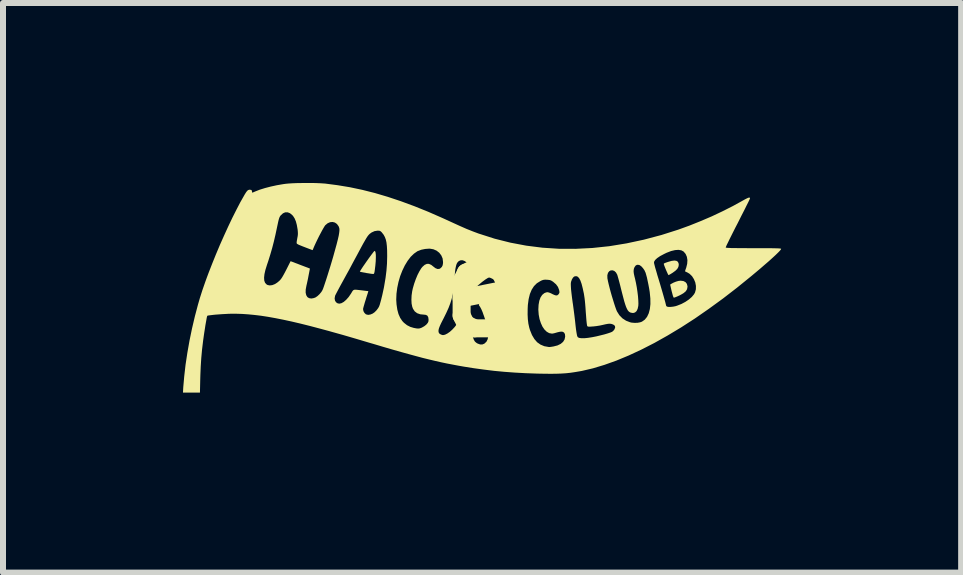
<source format=kicad_pcb>
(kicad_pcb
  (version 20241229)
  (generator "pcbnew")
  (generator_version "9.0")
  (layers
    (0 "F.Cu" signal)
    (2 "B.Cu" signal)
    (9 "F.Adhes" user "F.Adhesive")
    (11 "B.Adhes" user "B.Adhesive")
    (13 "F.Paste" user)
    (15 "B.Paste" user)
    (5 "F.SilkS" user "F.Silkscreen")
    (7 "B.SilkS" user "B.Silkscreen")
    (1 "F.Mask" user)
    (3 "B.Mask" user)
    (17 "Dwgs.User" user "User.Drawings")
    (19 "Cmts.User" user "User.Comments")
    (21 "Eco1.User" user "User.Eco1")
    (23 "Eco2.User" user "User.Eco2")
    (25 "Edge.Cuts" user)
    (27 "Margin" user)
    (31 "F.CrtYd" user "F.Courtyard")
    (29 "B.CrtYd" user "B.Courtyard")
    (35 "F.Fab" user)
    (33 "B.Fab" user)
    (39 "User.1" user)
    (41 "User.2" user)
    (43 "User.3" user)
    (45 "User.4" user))
  (footprint "e"
    (layer "F.Cu")
    (at 5.002 1.745)
    (property "Reference" "e" (at 0 0 0) (layer "F.SilkS") (effects (font (size 1.5 1.5) (thickness 0.3))))
    (attr board_only exclude_from_pos_files exclude_from_bom)
    (fp_poly (pts (xy 3.34 -0.11) (xy 3.375 -0.092) (xy 3.398 -0.063) (xy 3.408 -0.024) (xy 3.408 -0.012) (xy 3.401 0.026) (xy 3.38 0.06) (xy 3.343 0.091) (xy 3.337 0.095) (xy 3.31 0.111) (xy 3.278 0.128) (xy 3.244 0.144) (xy 3.213 0.157) (xy 3.19 0.165) (xy 3.18 0.167) (xy 3.174 0.159) (xy 3.165 0.136) (xy 3.155 0.099) (xy 3.144 0.058) (xy 3.119 -0.051) (xy 3.139 -0.064) (xy 3.174 -0.083) (xy 3.216 -0.1) (xy 3.258 -0.112) (xy 3.293 -0.116) (xy 3.294 -0.116)) (stroke (width 0) (type solid)) (fill yes) (layer "F.SilkS"))
    (fp_poly (pts (xy 3.224 -0.447) (xy 3.248 -0.431) (xy 3.26 -0.404) (xy 3.263 -0.38) (xy 3.256 -0.345) (xy 3.237 -0.311) (xy 3.202 -0.278) (xy 3.154 -0.244) (xy 3.127 -0.227) (xy 3.105 -0.215) (xy 3.093 -0.209) (xy 3.092 -0.208) (xy 3.087 -0.216) (xy 3.077 -0.235) (xy 3.064 -0.264) (xy 3.048 -0.3) (xy 3.048 -0.301) (xy 3.033 -0.337) (xy 3.021 -0.368) (xy 3.014 -0.39) (xy 3.013 -0.4) (xy 3.013 -0.4) (xy 3.022 -0.406) (xy 3.043 -0.415) (xy 3.072 -0.425) (xy 3.084 -0.429) (xy 3.143 -0.446) (xy 3.19 -0.452)) (stroke (width 0) (type solid)) (fill yes) (layer "F.SilkS"))
    (fp_poly (pts (xy -1.798 -0.605) (xy -1.791 -0.582) (xy -1.787 -0.545) (xy -1.787 -0.497) (xy -1.789 -0.438) (xy -1.795 -0.37) (xy -1.803 -0.304) (xy -1.808 -0.268) (xy -1.813 -0.246) (xy -1.818 -0.233) (xy -1.825 -0.229) (xy -1.829 -0.228) (xy -1.844 -0.229) (xy -1.871 -0.232) (xy -1.906 -0.238) (xy -1.947 -0.244) (xy -1.947 -0.245) (xy -1.986 -0.252) (xy -2.019 -0.258) (xy -2.042 -0.263) (xy -2.052 -0.267) (xy -2.053 -0.267) (xy -2.05 -0.275) (xy -2.038 -0.294) (xy -2.02 -0.322) (xy -1.997 -0.357) (xy -1.969 -0.397) (xy -1.94 -0.439) (xy -1.911 -0.48) (xy -1.882 -0.52) (xy -1.856 -0.555) (xy -1.834 -0.584) (xy -1.818 -0.604) (xy -1.809 -0.612) (xy -1.808 -0.613)) (stroke (width 0) (type solid)) (fill yes) (layer "F.SilkS"))
    (fp_poly (pts (xy -2.854 -1.745) (xy -2.777 -1.743) (xy -2.707 -1.74) (xy -2.648 -1.736) (xy -2.633 -1.735) (xy -2.426 -1.708) (xy -2.22 -1.674) (xy -2.012 -1.63) (xy -1.802 -1.577) (xy -1.589 -1.514) (xy -1.37 -1.441) (xy -1.145 -1.358) (xy -0.912 -1.264) (xy -0.67 -1.158) (xy -0.517 -1.088) (xy -0.39 -1.03) (xy -0.274 -0.979) (xy -0.166 -0.936) (xy -0.064 -0.898) (xy -0.062 -0.898) (xy 0.194 -0.816) (xy 0.456 -0.75) (xy 0.721 -0.7) (xy 0.99 -0.666) (xy 1.264 -0.648) (xy 1.541 -0.647) (xy 1.821 -0.661) (xy 2.105 -0.691) (xy 2.392 -0.738) (xy 2.682 -0.8) (xy 2.975 -0.878) (xy 3.255 -0.967) (xy 3.44 -1.034) (xy 3.627 -1.109) (xy 3.814 -1.189) (xy 3.994 -1.274) (xy 4.166 -1.361) (xy 4.304 -1.437) (xy 4.354 -1.465) (xy 4.392 -1.485) (xy 4.418 -1.497) (xy 4.436 -1.502) (xy 4.446 -1.5) (xy 4.45 -1.492) (xy 4.45 -1.488) (xy 4.446 -1.478) (xy 4.436 -1.455) (xy 4.419 -1.42) (xy 4.396 -1.375) (xy 4.369 -1.32) (xy 4.337 -1.257) (xy 4.302 -1.189) (xy 4.265 -1.115) (xy 4.246 -1.077) (xy 4.207 -1.002) (xy 4.171 -0.931) (xy 4.138 -0.865) (xy 4.109 -0.807) (xy 4.085 -0.757) (xy 4.065 -0.717) (xy 4.052 -0.688) (xy 4.046 -0.672) (xy 4.045 -0.669) (xy 4.049 -0.667) (xy 4.06 -0.665) (xy 4.078 -0.663) (xy 4.105 -0.662) (xy 4.142 -0.66) (xy 4.19 -0.66) (xy 4.25 -0.659) (xy 4.324 -0.659) (xy 4.412 -0.658) (xy 4.507 -0.658) (xy 4.609 -0.658) (xy 4.694 -0.658) (xy 4.766 -0.658) (xy 4.825 -0.657) (xy 4.871 -0.656) (xy 4.907 -0.655) (xy 4.934 -0.654) (xy 4.952 -0.652) (xy 4.963 -0.65) (xy 4.969 -0.648) (xy 4.969 -0.647) (xy 4.965 -0.636) (xy 4.948 -0.615) (xy 4.919 -0.585) (xy 4.879 -0.546) (xy 4.827 -0.498) (xy 4.765 -0.442) (xy 4.692 -0.379) (xy 4.61 -0.308) (xy 4.518 -0.231) (xy 4.475 -0.195) (xy 4.236 -0.001) (xy 3.999 0.182) (xy 3.764 0.353) (xy 3.532 0.514) (xy 3.303 0.662) (xy 3.077 0.798) (xy 2.856 0.922) (xy 2.639 1.033) (xy 2.428 1.131) (xy 2.223 1.216) (xy 2.024 1.287) (xy 1.832 1.345) (xy 1.648 1.388) (xy 1.608 1.395) (xy 1.531 1.408) (xy 1.457 1.419) (xy 1.382 1.427) (xy 1.304 1.432) (xy 1.221 1.435) (xy 1.129 1.436) (xy 1.026 1.435) (xy 0.909 1.433) (xy 0.908 1.433) (xy 0.713 1.426) (xy 0.53 1.416) (xy 0.355 1.403) (xy 0.185 1.387) (xy 0.015 1.366) (xy -0.16 1.342) (xy -0.317 1.317) (xy -0.414 1.3) (xy -0.509 1.282) (xy -0.603 1.264) (xy -0.698 1.244) (xy -0.795 1.222) (xy -0.896 1.198) (xy -1.002 1.172) (xy -1.114 1.142) (xy -1.235 1.109) (xy -1.365 1.073) (xy -1.506 1.033) (xy -1.66 0.988) (xy -1.827 0.938) (xy -1.9 0.917) (xy -2.125 0.85) (xy -2.334 0.789) (xy -2.531 0.734) (xy -2.562 0.725) (xy -0.743 0.725) (xy -0.739 0.746) (xy -0.736 0.754) (xy -0.724 0.769) (xy -0.701 0.782) (xy -0.676 0.79) (xy -0.665 0.791) (xy -0.633 0.784) (xy -0.595 0.765) (xy -0.553 0.736) (xy -0.512 0.699) (xy -0.472 0.656) (xy -0.445 0.62) (xy -0.43 0.594) (xy -0.411 0.558) (xy -0.391 0.516) (xy -0.375 0.477) (xy -0.336 0.379) (xy -0.297 0.375) (xy -0.274 0.372) (xy -0.26 0.371) (xy -0.258 0.371) (xy -0.257 0.379) (xy -0.252 0.401) (xy -0.245 0.435) (xy -0.237 0.477) (xy -0.226 0.525) (xy -0.225 0.533) (xy -0.213 0.589) (xy -0.202 0.646) (xy -0.192 0.699) (xy -0.184 0.745) (xy -0.179 0.773) (xy -0.168 0.828) (xy -0.153 0.869) (xy -0.135 0.899) (xy -0.109 0.921) (xy -0.09 0.932) (xy -0.048 0.947) (xy -0.011 0.947) (xy 0.023 0.933) (xy 0.025 0.931) (xy 0.057 0.901) (xy 0.077 0.86) (xy 0.087 0.809) (xy 0.086 0.746) (xy 0.074 0.67) (xy 0.06 0.616) (xy 0.038 0.54) (xy 0.015 0.471) (xy 0.006 0.447) (xy 0.743 0.447) (xy 0.747 0.528) (xy 0.756 0.601) (xy 0.771 0.669) (xy 0.783 0.708) (xy 0.816 0.79) (xy 0.856 0.857) (xy 0.902 0.91) (xy 0.957 0.949) (xy 1.021 0.976) (xy 1.094 0.989) (xy 1.104 0.99) (xy 1.116 0.989) (xy 1.139 0.986) (xy 1.17 0.981) (xy 1.176 0.98) (xy 1.242 0.963) (xy 1.295 0.937) (xy 1.334 0.904) (xy 1.359 0.864) (xy 1.369 0.817) (xy 1.369 0.812) (xy 1.365 0.774) (xy 1.35 0.748) (xy 1.326 0.735) (xy 1.305 0.733) (xy 1.277 0.736) (xy 1.242 0.744) (xy 1.221 0.75) (xy 1.19 0.759) (xy 1.162 0.765) (xy 1.147 0.766) (xy 1.103 0.758) (xy 1.062 0.735) (xy 1.024 0.698) (xy 0.991 0.65) (xy 0.964 0.591) (xy 0.942 0.524) (xy 0.928 0.45) (xy 0.922 0.37) (xy 0.922 0.362) (xy 0.926 0.286) (xy 0.938 0.219) (xy 0.958 0.164) (xy 0.986 0.121) (xy 1.021 0.092) (xy 1.028 0.089) (xy 1.053 0.079) (xy 1.076 0.076) (xy 1.101 0.082) (xy 1.134 0.095) (xy 1.152 0.105) (xy 1.189 0.122) (xy 1.216 0.13) (xy 1.237 0.128) (xy 1.253 0.116) (xy 1.261 0.107) (xy 1.27 0.092) (xy 1.274 0.078) (xy 1.272 0.058) (xy 1.268 0.038) (xy 1.249 -0.012) (xy 1.216 -0.057) (xy 1.205 -0.066) (xy 1.463 -0.066) (xy 1.464 -0.026) (xy 1.467 0.027) (xy 1.474 0.091) (xy 1.483 0.166) (xy 1.494 0.248) (xy 1.497 0.266) (xy 1.505 0.325) (xy 1.514 0.393) (xy 1.523 0.463) (xy 1.531 0.529) (xy 1.534 0.554) (xy 1.542 0.629) (xy 1.549 0.69) (xy 1.556 0.737) (xy 1.562 0.772) (xy 1.567 0.798) (xy 1.573 0.815) (xy 1.58 0.825) (xy 1.582 0.828) (xy 1.604 0.838) (xy 1.64 0.843) (xy 1.689 0.843) (xy 1.749 0.837) (xy 1.819 0.826) (xy 1.89 0.812) (xy 1.96 0.795) (xy 2.024 0.779) (xy 2.078 0.763) (xy 2.12 0.749) (xy 2.149 0.737) (xy 2.153 0.735) (xy 2.173 0.718) (xy 2.191 0.695) (xy 2.193 0.69) (xy 2.203 0.661) (xy 2.198 0.637) (xy 2.177 0.619) (xy 2.162 0.612) (xy 2.138 0.604) (xy 2.113 0.601) (xy 2.083 0.603) (xy 2.044 0.61) (xy 1.996 0.621) (xy 1.945 0.632) (xy 1.888 0.641) (xy 1.835 0.647) (xy 1.827 0.647) (xy 1.789 0.65) (xy 1.764 0.65) (xy 1.749 0.649) (xy 1.741 0.644) (xy 1.736 0.637) (xy 1.734 0.632) (xy 1.732 0.618) (xy 1.728 0.59) (xy 1.724 0.551) (xy 1.72 0.503) (xy 1.716 0.448) (xy 1.713 0.412) (xy 1.708 0.337) (xy 1.703 0.275) (xy 1.698 0.223) (xy 1.693 0.179) (xy 1.687 0.139) (xy 1.681 0.1) (xy 1.672 0.059) (xy 1.662 0.012) (xy 1.661 0.008) (xy 1.643 -0.063) (xy 1.623 -0.119) (xy 1.601 -0.159) (xy 1.578 -0.183) (xy 1.552 -0.192) (xy 1.524 -0.187) (xy 1.516 -0.183) (xy 1.499 -0.166) (xy 1.482 -0.138) (xy 1.469 -0.103) (xy 1.466 -0.092) (xy 1.463 -0.066) (xy 1.205 -0.066) (xy 1.167 -0.099) (xy 1.165 -0.1) (xy 1.14 -0.116) (xy 1.116 -0.126) (xy 1.088 -0.13) (xy 1.066 -0.132) (xy 1.032 -0.133) (xy 1.007 -0.13) (xy 0.981 -0.122) (xy 0.955 -0.109) (xy 0.897 -0.073) (xy 0.849 -0.025) (xy 0.811 0.034) (xy 0.781 0.106) (xy 0.76 0.191) (xy 0.747 0.29) (xy 0.744 0.353) (xy 0.743 0.447) (xy 0.006 0.447) (xy -0.007 0.409) (xy -0.029 0.358) (xy -0.05 0.319) (xy -0.065 0.298) (xy -0.069 0.291) (xy -0.069 0.282) (xy -0.062 0.269) (xy -0.047 0.25) (xy -0.022 0.222) (xy -0.02 0.22) (xy 0.03 0.165) (xy 0.07 0.119) (xy 0.102 0.081) (xy 0.128 0.047) (xy 0.151 0.016) (xy 0.165 -0.004) (xy 0.185 -0.036) (xy 0.198 -0.062) (xy 0.204 -0.086) (xy 0.207 -0.11) (xy 0.206 -0.15) (xy 0.196 -0.176) (xy 0.176 -0.189) (xy 0.159 -0.192) (xy 0.128 -0.185) (xy 0.089 -0.167) (xy 0.041 -0.137) (xy -0.013 -0.097) (xy -0.073 -0.047) (xy -0.137 0.012) (xy -0.164 0.038) (xy -0.192 0.066) (xy -0.216 0.087) (xy -0.233 0.101) (xy -0.241 0.106) (xy -0.242 0.105) (xy -0.24 0.093) (xy -0.236 0.069) (xy -0.231 0.038) (xy -0.229 0.025) (xy -0.223 -0.01) (xy -0.219 -0.056) (xy -0.214 -0.108) (xy -0.211 -0.161) (xy -0.211 -0.173) (xy -0.21 -0.207) (xy 2.072 -0.207) (xy 2.073 -0.157) (xy 2.075 -0.146) (xy 2.083 -0.106) (xy 2.095 -0.054) (xy 2.11 0.005) (xy 2.127 0.069) (xy 2.146 0.136) (xy 2.166 0.201) (xy 2.185 0.263) (xy 2.203 0.318) (xy 2.219 0.363) (xy 2.232 0.395) (xy 2.234 0.398) (xy 2.273 0.46) (xy 2.324 0.512) (xy 2.384 0.551) (xy 2.451 0.577) (xy 2.477 0.583) (xy 2.524 0.587) (xy 2.574 0.586) (xy 2.618 0.578) (xy 2.649 0.567) (xy 2.696 0.534) (xy 2.734 0.487) (xy 2.762 0.428) (xy 2.781 0.356) (xy 2.79 0.274) (xy 2.789 0.181) (xy 2.779 0.078) (xy 2.779 0.076) (xy 2.769 0.014) (xy 2.757 -0.05) (xy 2.744 -0.112) (xy 2.732 -0.169) (xy 2.719 -0.216) (xy 2.709 -0.251) (xy 2.707 -0.254) (xy 2.69 -0.291) (xy 2.666 -0.325) (xy 2.64 -0.354) (xy 2.614 -0.373) (xy 2.6 -0.379) (xy 2.568 -0.381) (xy 2.545 -0.369) (xy 2.526 -0.343) (xy 2.524 -0.339) (xy 2.515 -0.316) (xy 2.511 -0.293) (xy 2.51 -0.266) (xy 2.514 -0.234) (xy 2.523 -0.191) (xy 2.533 -0.152) (xy 2.549 -0.08) (xy 2.563 -0.005) (xy 2.574 0.07) (xy 2.583 0.143) (xy 2.588 0.209) (xy 2.59 0.266) (xy 2.588 0.304) (xy 2.577 0.354) (xy 2.559 0.391) (xy 2.533 0.414) (xy 2.501 0.423) (xy 2.464 0.417) (xy 2.456 0.414) (xy 2.44 0.406) (xy 2.426 0.394) (xy 2.412 0.377) (xy 2.399 0.353) (xy 2.385 0.322) (xy 2.371 0.282) (xy 2.355 0.231) (xy 2.338 0.167) (xy 2.318 0.09) (xy 2.3 0.019) (xy 2.286 -0.038) (xy 2.272 -0.092) (xy 2.259 -0.14) (xy 2.248 -0.179) (xy 2.24 -0.206) (xy 2.237 -0.216) (xy 2.216 -0.253) (xy 2.189 -0.278) (xy 2.159 -0.289) (xy 2.128 -0.287) (xy 2.105 -0.275) (xy 2.083 -0.247) (xy 2.072 -0.207) (xy -0.21 -0.207) (xy -0.209 -0.224) (xy -0.209 -0.262) (xy -0.21 -0.289) (xy -0.213 -0.311) (xy -0.217 -0.328) (xy -0.221 -0.338) (xy -0.244 -0.384) (xy -0.272 -0.419) (xy 2.85 -0.419) (xy 2.852 -0.403) (xy 2.859 -0.375) (xy 2.869 -0.336) (xy 2.883 -0.289) (xy 2.898 -0.237) (xy 2.904 -0.215) (xy 2.927 -0.14) (xy 2.95 -0.064) (xy 2.971 0.008) (xy 2.991 0.076) (xy 3.009 0.139) (xy 3.024 0.193) (xy 3.037 0.238) (xy 3.045 0.271) (xy 3.05 0.291) (xy 3.05 0.295) (xy 3.057 0.309) (xy 3.069 0.317) (xy 3.092 0.321) (xy 3.127 0.321) (xy 3.167 0.317) (xy 3.208 0.309) (xy 3.236 0.3) (xy 3.307 0.272) (xy 3.373 0.237) (xy 3.432 0.197) (xy 3.48 0.155) (xy 3.516 0.112) (xy 3.533 0.082) (xy 3.548 0.028) (xy 3.549 -0.029) (xy 3.538 -0.087) (xy 3.515 -0.142) (xy 3.484 -0.191) (xy 3.444 -0.23) (xy 3.41 -0.251) (xy 3.387 -0.262) (xy 3.372 -0.269) (xy 3.368 -0.271) (xy 3.369 -0.28) (xy 3.375 -0.3) (xy 3.385 -0.327) (xy 3.387 -0.333) (xy 3.403 -0.397) (xy 3.407 -0.458) (xy 3.398 -0.514) (xy 3.377 -0.562) (xy 3.344 -0.601) (xy 3.343 -0.602) (xy 3.306 -0.622) (xy 3.258 -0.63) (xy 3.201 -0.626) (xy 3.134 -0.61) (xy 3.059 -0.581) (xy 3.018 -0.561) (xy 2.952 -0.526) (xy 2.902 -0.492) (xy 2.869 -0.461) (xy 2.852 -0.433) (xy 2.85 -0.419) (xy -0.272 -0.419) (xy -0.272 -0.419) (xy -0.305 -0.443) (xy -0.339 -0.456) (xy -0.372 -0.456) (xy -0.403 -0.444) (xy -0.428 -0.418) (xy -0.436 -0.404) (xy -0.446 -0.379) (xy -0.454 -0.346) (xy -0.462 -0.305) (xy -0.468 -0.252) (xy -0.473 -0.186) (xy -0.475 -0.147) (xy -0.482 -0.05) (xy -0.492 0.036) (xy -0.505 0.114) (xy -0.523 0.188) (xy -0.546 0.262) (xy -0.575 0.338) (xy -0.612 0.42) (xy -0.657 0.511) (xy -0.671 0.538) (xy -0.7 0.595) (xy -0.72 0.639) (xy -0.734 0.675) (xy -0.741 0.703) (xy -0.743 0.725) (xy -2.562 0.725) (xy -2.714 0.684) (xy -2.884 0.639) (xy -3.044 0.599) (xy -3.193 0.564) (xy -3.332 0.534) (xy -3.463 0.508) (xy -3.586 0.486) (xy -3.702 0.468) (xy -3.811 0.455) (xy -3.915 0.445) (xy -4.015 0.438) (xy -4.111 0.435) (xy -4.204 0.435) (xy -4.242 0.436) (xy -4.295 0.439) (xy -4.351 0.442) (xy -4.407 0.446) (xy -4.461 0.45) (xy -4.509 0.455) (xy -4.549 0.46) (xy -4.579 0.464) (xy -4.595 0.468) (xy -4.597 0.47) (xy -4.6 0.479) (xy -4.606 0.503) (xy -4.612 0.538) (xy -4.62 0.582) (xy -4.629 0.633) (xy -4.637 0.687) (xy -4.646 0.743) (xy -4.654 0.797) (xy -4.661 0.848) (xy -4.666 0.883) (xy -4.684 1.033) (xy -4.697 1.174) (xy -4.706 1.314) (xy -4.712 1.459) (xy -4.714 1.527) (xy -4.719 1.75) (xy -4.861 1.75) (xy -5.002 1.75) (xy -4.997 1.66) (xy -4.981 1.479) (xy -4.959 1.286) (xy -4.929 1.087) (xy -4.893 0.883) (xy -4.851 0.68) (xy -4.804 0.48) (xy -4.753 0.287) (xy -4.721 0.176) (xy -4.679 0.044) (xy -4.63 -0.097) (xy -4.605 -0.166) (xy -3.65 -0.166) (xy -3.647 -0.118) (xy -3.634 -0.082) (xy -3.611 -0.056) (xy -3.594 -0.045) (xy -3.557 -0.037) (xy -3.514 -0.042) (xy -3.468 -0.06) (xy -3.431 -0.084) (xy -3.408 -0.103) (xy -3.387 -0.122) (xy -3.368 -0.144) (xy -3.349 -0.172) (xy -3.328 -0.208) (xy -3.303 -0.254) (xy -3.274 -0.31) (xy -3.208 -0.441) (xy -3.156 -0.422) (xy -3.129 -0.411) (xy -3.091 -0.397) (xy -3.048 -0.38) (xy -3.003 -0.363) (xy -2.961 -0.347) (xy -2.926 -0.334) (xy -2.903 -0.325) (xy -2.886 -0.318) (xy -2.909 -0.199) (xy -2.918 -0.151) (xy -2.928 -0.104) (xy -2.937 -0.063) (xy -2.944 -0.033) (xy -2.945 -0.028) (xy -2.956 0.032) (xy -2.957 0.084) (xy -2.947 0.126) (xy -2.928 0.157) (xy -2.9 0.175) (xy -2.863 0.181) (xy -2.852 0.18) (xy -2.849 0.179) (xy -2.474 0.179) (xy -2.468 0.215) (xy -2.451 0.243) (xy -2.425 0.261) (xy -2.396 0.267) (xy -2.36 0.259) (xy -2.321 0.237) (xy -2.281 0.202) (xy -2.24 0.156) (xy -2.201 0.099) (xy -2.193 0.086) (xy -2.181 0.065) (xy -2.17 0.05) (xy -2.159 0.04) (xy -2.144 0.035) (xy -2.122 0.034) (xy -2.091 0.037) (xy -2.047 0.042) (xy -2.013 0.046) (xy -1.974 0.051) (xy -1.942 0.055) (xy -1.921 0.057) (xy -1.912 0.058) (xy -1.912 0.058) (xy -1.914 0.066) (xy -1.92 0.087) (xy -1.93 0.118) (xy -1.943 0.158) (xy -1.955 0.198) (xy -1.97 0.245) (xy -1.982 0.287) (xy -1.992 0.322) (xy -1.998 0.346) (xy -2 0.357) (xy -1.994 0.391) (xy -1.977 0.421) (xy -1.954 0.443) (xy -1.948 0.446) (xy -1.915 0.454) (xy -1.878 0.448) (xy -1.841 0.433) (xy -1.809 0.411) (xy -1.776 0.378) (xy -1.748 0.341) (xy -1.733 0.314) (xy -1.722 0.285) (xy -1.71 0.242) (xy -1.698 0.199) (xy -1.447 0.199) (xy -1.442 0.279) (xy -1.429 0.367) (xy -1.409 0.441) (xy -1.381 0.504) (xy -1.346 0.556) (xy -1.319 0.585) (xy -1.267 0.626) (xy -1.212 0.654) (xy -1.155 0.671) (xy -1.113 0.679) (xy -1.082 0.682) (xy -1.056 0.679) (xy -1.029 0.67) (xy -1.013 0.662) (xy -0.981 0.644) (xy -0.951 0.621) (xy -0.938 0.608) (xy -0.92 0.585) (xy -0.911 0.565) (xy -0.908 0.54) (xy -0.908 0.534) (xy -0.913 0.495) (xy -0.927 0.468) (xy -0.952 0.454) (xy -0.984 0.45) (xy -1.047 0.444) (xy -1.098 0.426) (xy -1.138 0.396) (xy -1.167 0.353) (xy -1.18 0.319) (xy -1.191 0.265) (xy -1.194 0.201) (xy -1.191 0.131) (xy -1.181 0.06) (xy -1.171 0.014) (xy -1.148 -0.066) (xy -1.121 -0.142) (xy -1.092 -0.212) (xy -1.061 -0.272) (xy -1.031 -0.321) (xy -1.01 -0.347) (xy -0.973 -0.38) (xy -0.937 -0.396) (xy -0.901 -0.396) (xy -0.863 -0.379) (xy -0.833 -0.355) (xy -0.794 -0.325) (xy -0.759 -0.311) (xy -0.727 -0.313) (xy -0.71 -0.323) (xy -0.687 -0.345) (xy -0.673 -0.373) (xy -0.667 -0.41) (xy -0.667 -0.43) (xy -0.674 -0.487) (xy -0.696 -0.538) (xy -0.73 -0.582) (xy -0.775 -0.617) (xy -0.828 -0.64) (xy -0.887 -0.65) (xy -0.899 -0.65) (xy -0.965 -0.645) (xy -1.029 -0.632) (xy -1.084 -0.611) (xy -1.094 -0.607) (xy -1.151 -0.567) (xy -1.206 -0.514) (xy -1.257 -0.447) (xy -1.304 -0.37) (xy -1.345 -0.285) (xy -1.381 -0.193) (xy -1.409 -0.097) (xy -1.43 0.002) (xy -1.443 0.101) (xy -1.447 0.199) (xy -1.698 0.199) (xy -1.696 0.19) (xy -1.681 0.13) (xy -1.667 0.066) (xy -1.653 0.001) (xy -1.647 -0.033) (xy -1.625 -0.163) (xy -1.61 -0.283) (xy -1.601 -0.4) (xy -1.598 -0.519) (xy -1.598 -0.537) (xy -1.599 -0.623) (xy -1.603 -0.695) (xy -1.61 -0.754) (xy -1.621 -0.803) (xy -1.637 -0.845) (xy -1.657 -0.882) (xy -1.683 -0.915) (xy -1.69 -0.924) (xy -1.708 -0.94) (xy -1.725 -0.948) (xy -1.75 -0.95) (xy -1.758 -0.95) (xy -1.809 -0.942) (xy -1.859 -0.919) (xy -1.89 -0.896) (xy -1.902 -0.884) (xy -1.916 -0.868) (xy -1.932 -0.846) (xy -1.95 -0.817) (xy -1.972 -0.779) (xy -1.999 -0.732) (xy -2.031 -0.673) (xy -2.069 -0.602) (xy -2.106 -0.533) (xy -2.144 -0.463) (xy -2.187 -0.383) (xy -2.231 -0.3) (xy -2.276 -0.219) (xy -2.317 -0.144) (xy -2.34 -0.102) (xy -2.371 -0.046) (xy -2.399 0.006) (xy -2.424 0.053) (xy -2.444 0.091) (xy -2.459 0.12) (xy -2.467 0.137) (xy -2.467 0.139) (xy -2.474 0.179) (xy -2.849 0.179) (xy -2.822 0.174) (xy -2.795 0.164) (xy -2.791 0.162) (xy -2.759 0.14) (xy -2.725 0.108) (xy -2.695 0.072) (xy -2.676 0.04) (xy -2.666 0.016) (xy -2.652 -0.023) (xy -2.635 -0.074) (xy -2.615 -0.134) (xy -2.593 -0.203) (xy -2.57 -0.277) (xy -2.546 -0.354) (xy -2.522 -0.434) (xy -2.499 -0.512) (xy -2.478 -0.588) (xy -2.458 -0.66) (xy -2.44 -0.725) (xy -2.426 -0.781) (xy -2.42 -0.804) (xy -2.406 -0.865) (xy -2.398 -0.913) (xy -2.394 -0.95) (xy -2.394 -0.98) (xy -2.4 -1.004) (xy -2.408 -1.024) (xy -2.435 -1.061) (xy -2.469 -1.085) (xy -2.508 -1.095) (xy -2.55 -1.091) (xy -2.591 -1.073) (xy -2.629 -1.041) (xy -2.632 -1.038) (xy -2.644 -1.02) (xy -2.662 -0.99) (xy -2.684 -0.951) (xy -2.709 -0.904) (xy -2.736 -0.853) (xy -2.762 -0.8) (xy -2.787 -0.748) (xy -2.809 -0.7) (xy -2.819 -0.677) (xy -2.841 -0.625) (xy -2.894 -0.645) (xy -2.957 -0.669) (xy -3.006 -0.688) (xy -3.043 -0.703) (xy -3.07 -0.714) (xy -3.087 -0.723) (xy -3.096 -0.728) (xy -3.103 -0.734) (xy -3.107 -0.742) (xy -3.107 -0.754) (xy -3.105 -0.775) (xy -3.099 -0.808) (xy -3.097 -0.82) (xy -3.089 -0.862) (xy -3.086 -0.895) (xy -3.087 -0.927) (xy -3.09 -0.964) (xy -3.091 -0.97) (xy -3.104 -1.045) (xy -3.12 -1.105) (xy -3.141 -1.155) (xy -3.167 -1.195) (xy -3.178 -1.207) (xy -3.217 -1.24) (xy -3.257 -1.256) (xy -3.297 -1.256) (xy -3.335 -1.239) (xy -3.371 -1.206) (xy -3.379 -1.197) (xy -3.387 -1.184) (xy -3.396 -1.165) (xy -3.404 -1.14) (xy -3.413 -1.105) (xy -3.423 -1.058) (xy -3.433 -1.011) (xy -3.46 -0.884) (xy -3.487 -0.768) (xy -3.515 -0.66) (xy -3.546 -0.553) (xy -3.58 -0.444) (xy -3.602 -0.379) (xy -3.628 -0.295) (xy -3.644 -0.224) (xy -3.65 -0.166) (xy -4.605 -0.166) (xy -4.575 -0.246) (xy -4.515 -0.4) (xy -4.452 -0.556) (xy -4.386 -0.713) (xy -4.317 -0.868) (xy -4.248 -1.019) (xy -4.179 -1.164) (xy -4.111 -1.299) (xy -4.046 -1.424) (xy -3.983 -1.535) (xy -3.974 -1.551) (xy -3.951 -1.588) (xy -3.932 -1.613) (xy -3.916 -1.626) (xy -3.899 -1.632) (xy -3.882 -1.632) (xy -3.862 -1.628) (xy -3.854 -1.617) (xy -3.852 -1.606) (xy -3.849 -1.59) (xy -3.846 -1.583) (xy -3.837 -1.586) (xy -3.817 -1.595) (xy -3.796 -1.604) (xy -3.722 -1.633) (xy -3.635 -1.66) (xy -3.539 -1.685) (xy -3.438 -1.707) (xy -3.334 -1.725) (xy -3.291 -1.731) (xy -3.239 -1.736) (xy -3.175 -1.74) (xy -3.1 -1.743) (xy -3.02 -1.744) (xy -2.937 -1.745)) (stroke (width 0) (type solid)) (fill yes) (layer "F.SilkS")))
  (gr_rect
    (start -3 -3)
    (end 12.972 6.495)
    (stroke (width 0.1) (type default))
    (fill no)
    (layer "Edge.Cuts")))
</source>
